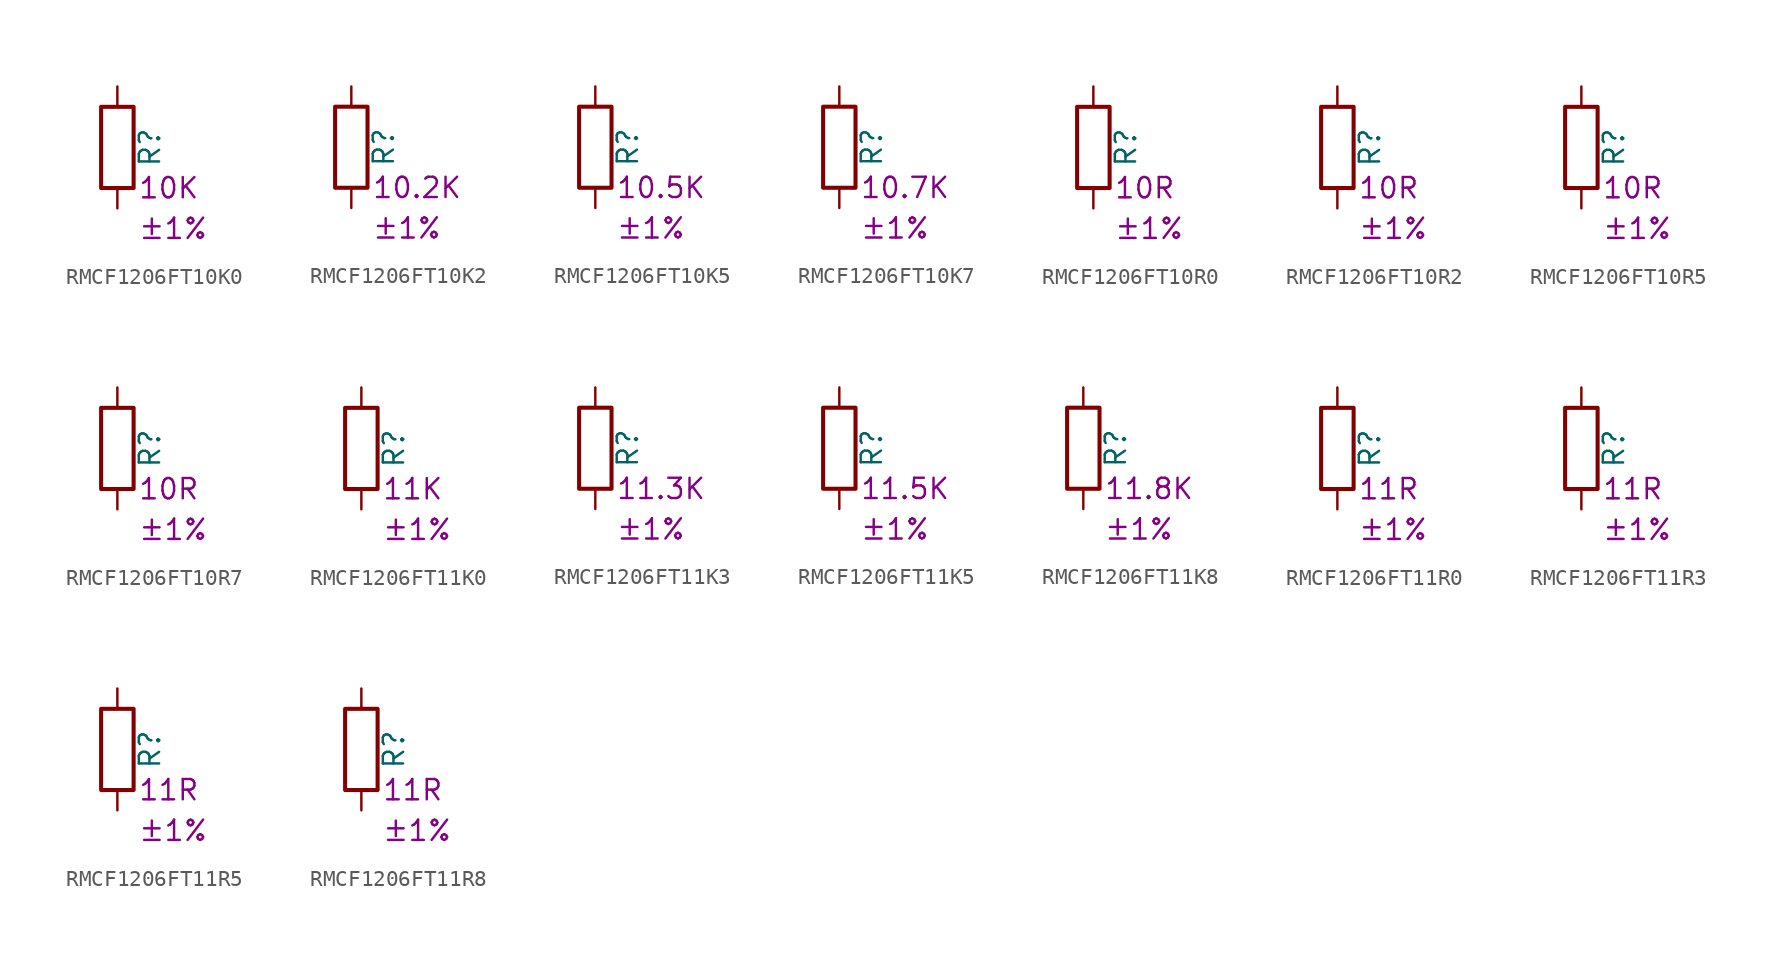
<source format=kicad_sym>
(kicad_symbol_lib
  (version 20220914)
  (generator kicad_symbol_editor)
  (symbol "RMCF1206FT10K0"
    (pin_numbers hide)
    (pin_names
      (offset 0))
    (property "Reference" "R"
      (at 2.032 0 90)
      (effects (font (size 1.27 1.27))))
    (property "Resistance" "10K"
      (at 1.27 -2.54 0)
      (effects (font (size 1.27 1.27)) (justify left)))
    (property "Tolerance" "±1%"
      (at 1.27 -5.08 0)
      (effects (font (size 1.27 1.27)) (justify left)))
    (symbol "RMCF1206FT10K0_0_1"
      (rectangle (start -1.016 -2.54) (end 1.016 2.54) (stroke (width 0.254) (type default)) (fill (type none))))
    (symbol "RMCF1206FT10K0_1_1"
      (pin passive line (at 0 3.81 270) (length 1.27) (name "~" (effects (font (size 1.27 1.27)))) (number "1" (effects (font (size 1.27 1.27)))))
      (pin passive line (at 0 -3.81 90) (length 1.27) (name "~" (effects (font (size 1.27 1.27)))) (number "2" (effects (font (size 1.27 1.27)))))))
  (symbol "RMCF1206FT10K2"
    (pin_numbers hide)
    (pin_names
      (offset 0))
    (property "Reference" "R"
      (at 2.032 0 90)
      (effects (font (size 1.27 1.27))))
    (property "Resistance" "10.2K"
      (at 1.27 -2.54 0)
      (effects (font (size 1.27 1.27)) (justify left)))
    (property "Tolerance" "±1%"
      (at 1.27 -5.08 0)
      (effects (font (size 1.27 1.27)) (justify left)))
    (symbol "RMCF1206FT10K2_0_1"
      (rectangle (start -1.016 -2.54) (end 1.016 2.54) (stroke (width 0.254) (type default)) (fill (type none))))
    (symbol "RMCF1206FT10K2_1_1"
      (pin passive line (at 0 3.81 270) (length 1.27) (name "~" (effects (font (size 1.27 1.27)))) (number "1" (effects (font (size 1.27 1.27)))))
      (pin passive line (at 0 -3.81 90) (length 1.27) (name "~" (effects (font (size 1.27 1.27)))) (number "2" (effects (font (size 1.27 1.27)))))))
  (symbol "RMCF1206FT10K5"
    (pin_numbers hide)
    (pin_names
      (offset 0))
    (property "Reference" "R"
      (at 2.032 0 90)
      (effects (font (size 1.27 1.27))))
    (property "Resistance" "10.5K"
      (at 1.27 -2.54 0)
      (effects (font (size 1.27 1.27)) (justify left)))
    (property "Tolerance" "±1%"
      (at 1.27 -5.08 0)
      (effects (font (size 1.27 1.27)) (justify left)))
    (symbol "RMCF1206FT10K5_0_1"
      (rectangle (start -1.016 -2.54) (end 1.016 2.54) (stroke (width 0.254) (type default)) (fill (type none))))
    (symbol "RMCF1206FT10K5_1_1"
      (pin passive line (at 0 3.81 270) (length 1.27) (name "~" (effects (font (size 1.27 1.27)))) (number "1" (effects (font (size 1.27 1.27)))))
      (pin passive line (at 0 -3.81 90) (length 1.27) (name "~" (effects (font (size 1.27 1.27)))) (number "2" (effects (font (size 1.27 1.27)))))))
  (symbol "RMCF1206FT10K7"
    (pin_numbers hide)
    (pin_names
      (offset 0))
    (property "Reference" "R"
      (at 2.032 0 90)
      (effects (font (size 1.27 1.27))))
    (property "Resistance" "10.7K"
      (at 1.27 -2.54 0)
      (effects (font (size 1.27 1.27)) (justify left)))
    (property "Tolerance" "±1%"
      (at 1.27 -5.08 0)
      (effects (font (size 1.27 1.27)) (justify left)))
    (symbol "RMCF1206FT10K7_0_1"
      (rectangle (start -1.016 -2.54) (end 1.016 2.54) (stroke (width 0.254) (type default)) (fill (type none))))
    (symbol "RMCF1206FT10K7_1_1"
      (pin passive line (at 0 3.81 270) (length 1.27) (name "~" (effects (font (size 1.27 1.27)))) (number "1" (effects (font (size 1.27 1.27)))))
      (pin passive line (at 0 -3.81 90) (length 1.27) (name "~" (effects (font (size 1.27 1.27)))) (number "2" (effects (font (size 1.27 1.27)))))))
  (symbol "RMCF1206FT10R0"
    (pin_numbers hide)
    (pin_names
      (offset 0))
    (property "Reference" "R"
      (at 2.032 0 90)
      (effects (font (size 1.27 1.27))))
    (property "Resistance" "10R"
      (at 1.27 -2.54 0)
      (effects (font (size 1.27 1.27)) (justify left)))
    (property "Tolerance" "±1%"
      (at 1.27 -5.08 0)
      (effects (font (size 1.27 1.27)) (justify left)))
    (symbol "RMCF1206FT10R0_0_1"
      (rectangle (start -1.016 -2.54) (end 1.016 2.54) (stroke (width 0.254) (type default)) (fill (type none))))
    (symbol "RMCF1206FT10R0_1_1"
      (pin passive line (at 0 3.81 270) (length 1.27) (name "~" (effects (font (size 1.27 1.27)))) (number "1" (effects (font (size 1.27 1.27)))))
      (pin passive line (at 0 -3.81 90) (length 1.27) (name "~" (effects (font (size 1.27 1.27)))) (number "2" (effects (font (size 1.27 1.27)))))))
  (symbol "RMCF1206FT10R2"
    (pin_numbers hide)
    (pin_names
      (offset 0))
    (property "Reference" "R"
      (at 2.032 0 90)
      (effects (font (size 1.27 1.27))))
    (property "Resistance" "10R"
      (at 1.27 -2.54 0)
      (effects (font (size 1.27 1.27)) (justify left)))
    (property "Tolerance" "±1%"
      (at 1.27 -5.08 0)
      (effects (font (size 1.27 1.27)) (justify left)))
    (symbol "RMCF1206FT10R2_0_1"
      (rectangle (start -1.016 -2.54) (end 1.016 2.54) (stroke (width 0.254) (type default)) (fill (type none))))
    (symbol "RMCF1206FT10R2_1_1"
      (pin passive line (at 0 3.81 270) (length 1.27) (name "~" (effects (font (size 1.27 1.27)))) (number "1" (effects (font (size 1.27 1.27)))))
      (pin passive line (at 0 -3.81 90) (length 1.27) (name "~" (effects (font (size 1.27 1.27)))) (number "2" (effects (font (size 1.27 1.27)))))))
  (symbol "RMCF1206FT10R5"
    (pin_numbers hide)
    (pin_names
      (offset 0))
    (property "Reference" "R"
      (at 2.032 0 90)
      (effects (font (size 1.27 1.27))))
    (property "Resistance" "10R"
      (at 1.27 -2.54 0)
      (effects (font (size 1.27 1.27)) (justify left)))
    (property "Tolerance" "±1%"
      (at 1.27 -5.08 0)
      (effects (font (size 1.27 1.27)) (justify left)))
    (symbol "RMCF1206FT10R5_0_1"
      (rectangle (start -1.016 -2.54) (end 1.016 2.54) (stroke (width 0.254) (type default)) (fill (type none))))
    (symbol "RMCF1206FT10R5_1_1"
      (pin passive line (at 0 3.81 270) (length 1.27) (name "~" (effects (font (size 1.27 1.27)))) (number "1" (effects (font (size 1.27 1.27)))))
      (pin passive line (at 0 -3.81 90) (length 1.27) (name "~" (effects (font (size 1.27 1.27)))) (number "2" (effects (font (size 1.27 1.27)))))))
  (symbol "RMCF1206FT10R7"
    (pin_numbers hide)
    (pin_names
      (offset 0))
    (property "Reference" "R"
      (at 2.032 0 90)
      (effects (font (size 1.27 1.27))))
    (property "Resistance" "10R"
      (at 1.27 -2.54 0)
      (effects (font (size 1.27 1.27)) (justify left)))
    (property "Tolerance" "±1%"
      (at 1.27 -5.08 0)
      (effects (font (size 1.27 1.27)) (justify left)))
    (symbol "RMCF1206FT10R7_0_1"
      (rectangle (start -1.016 -2.54) (end 1.016 2.54) (stroke (width 0.254) (type default)) (fill (type none))))
    (symbol "RMCF1206FT10R7_1_1"
      (pin passive line (at 0 3.81 270) (length 1.27) (name "~" (effects (font (size 1.27 1.27)))) (number "1" (effects (font (size 1.27 1.27)))))
      (pin passive line (at 0 -3.81 90) (length 1.27) (name "~" (effects (font (size 1.27 1.27)))) (number "2" (effects (font (size 1.27 1.27)))))))
  (symbol "RMCF1206FT11K0"
    (pin_numbers hide)
    (pin_names
      (offset 0))
    (property "Reference" "R"
      (at 2.032 0 90)
      (effects (font (size 1.27 1.27))))
    (property "Resistance" "11K"
      (at 1.27 -2.54 0)
      (effects (font (size 1.27 1.27)) (justify left)))
    (property "Tolerance" "±1%"
      (at 1.27 -5.08 0)
      (effects (font (size 1.27 1.27)) (justify left)))
    (symbol "RMCF1206FT11K0_0_1"
      (rectangle (start -1.016 -2.54) (end 1.016 2.54) (stroke (width 0.254) (type default)) (fill (type none))))
    (symbol "RMCF1206FT11K0_1_1"
      (pin passive line (at 0 3.81 270) (length 1.27) (name "~" (effects (font (size 1.27 1.27)))) (number "1" (effects (font (size 1.27 1.27)))))
      (pin passive line (at 0 -3.81 90) (length 1.27) (name "~" (effects (font (size 1.27 1.27)))) (number "2" (effects (font (size 1.27 1.27)))))))
  (symbol "RMCF1206FT11K3"
    (pin_numbers hide)
    (pin_names
      (offset 0))
    (property "Reference" "R"
      (at 2.032 0 90)
      (effects (font (size 1.27 1.27))))
    (property "Resistance" "11.3K"
      (at 1.27 -2.54 0)
      (effects (font (size 1.27 1.27)) (justify left)))
    (property "Tolerance" "±1%"
      (at 1.27 -5.08 0)
      (effects (font (size 1.27 1.27)) (justify left)))
    (symbol "RMCF1206FT11K3_0_1"
      (rectangle (start -1.016 -2.54) (end 1.016 2.54) (stroke (width 0.254) (type default)) (fill (type none))))
    (symbol "RMCF1206FT11K3_1_1"
      (pin passive line (at 0 3.81 270) (length 1.27) (name "~" (effects (font (size 1.27 1.27)))) (number "1" (effects (font (size 1.27 1.27)))))
      (pin passive line (at 0 -3.81 90) (length 1.27) (name "~" (effects (font (size 1.27 1.27)))) (number "2" (effects (font (size 1.27 1.27)))))))
  (symbol "RMCF1206FT11K5"
    (pin_numbers hide)
    (pin_names
      (offset 0))
    (property "Reference" "R"
      (at 2.032 0 90)
      (effects (font (size 1.27 1.27))))
    (property "Resistance" "11.5K"
      (at 1.27 -2.54 0)
      (effects (font (size 1.27 1.27)) (justify left)))
    (property "Tolerance" "±1%"
      (at 1.27 -5.08 0)
      (effects (font (size 1.27 1.27)) (justify left)))
    (symbol "RMCF1206FT11K5_0_1"
      (rectangle (start -1.016 -2.54) (end 1.016 2.54) (stroke (width 0.254) (type default)) (fill (type none))))
    (symbol "RMCF1206FT11K5_1_1"
      (pin passive line (at 0 3.81 270) (length 1.27) (name "~" (effects (font (size 1.27 1.27)))) (number "1" (effects (font (size 1.27 1.27)))))
      (pin passive line (at 0 -3.81 90) (length 1.27) (name "~" (effects (font (size 1.27 1.27)))) (number "2" (effects (font (size 1.27 1.27)))))))
  (symbol "RMCF1206FT11K8"
    (pin_numbers hide)
    (pin_names
      (offset 0))
    (property "Reference" "R"
      (at 2.032 0 90)
      (effects (font (size 1.27 1.27))))
    (property "Resistance" "11.8K"
      (at 1.27 -2.54 0)
      (effects (font (size 1.27 1.27)) (justify left)))
    (property "Tolerance" "±1%"
      (at 1.27 -5.08 0)
      (effects (font (size 1.27 1.27)) (justify left)))
    (symbol "RMCF1206FT11K8_0_1"
      (rectangle (start -1.016 -2.54) (end 1.016 2.54) (stroke (width 0.254) (type default)) (fill (type none))))
    (symbol "RMCF1206FT11K8_1_1"
      (pin passive line (at 0 3.81 270) (length 1.27) (name "~" (effects (font (size 1.27 1.27)))) (number "1" (effects (font (size 1.27 1.27)))))
      (pin passive line (at 0 -3.81 90) (length 1.27) (name "~" (effects (font (size 1.27 1.27)))) (number "2" (effects (font (size 1.27 1.27)))))))
  (symbol "RMCF1206FT11R0"
    (pin_numbers hide)
    (pin_names
      (offset 0))
    (property "Reference" "R"
      (at 2.032 0 90)
      (effects (font (size 1.27 1.27))))
    (property "Resistance" "11R"
      (at 1.27 -2.54 0)
      (effects (font (size 1.27 1.27)) (justify left)))
    (property "Tolerance" "±1%"
      (at 1.27 -5.08 0)
      (effects (font (size 1.27 1.27)) (justify left)))
    (symbol "RMCF1206FT11R0_0_1"
      (rectangle (start -1.016 -2.54) (end 1.016 2.54) (stroke (width 0.254) (type default)) (fill (type none))))
    (symbol "RMCF1206FT11R0_1_1"
      (pin passive line (at 0 3.81 270) (length 1.27) (name "~" (effects (font (size 1.27 1.27)))) (number "1" (effects (font (size 1.27 1.27)))))
      (pin passive line (at 0 -3.81 90) (length 1.27) (name "~" (effects (font (size 1.27 1.27)))) (number "2" (effects (font (size 1.27 1.27)))))))
  (symbol "RMCF1206FT11R3"
    (pin_numbers hide)
    (pin_names
      (offset 0))
    (property "Reference" "R"
      (at 2.032 0 90)
      (effects (font (size 1.27 1.27))))
    (property "Resistance" "11R"
      (at 1.27 -2.54 0)
      (effects (font (size 1.27 1.27)) (justify left)))
    (property "Tolerance" "±1%"
      (at 1.27 -5.08 0)
      (effects (font (size 1.27 1.27)) (justify left)))
    (symbol "RMCF1206FT11R3_0_1"
      (rectangle (start -1.016 -2.54) (end 1.016 2.54) (stroke (width 0.254) (type default)) (fill (type none))))
    (symbol "RMCF1206FT11R3_1_1"
      (pin passive line (at 0 3.81 270) (length 1.27) (name "~" (effects (font (size 1.27 1.27)))) (number "1" (effects (font (size 1.27 1.27)))))
      (pin passive line (at 0 -3.81 90) (length 1.27) (name "~" (effects (font (size 1.27 1.27)))) (number "2" (effects (font (size 1.27 1.27)))))))
  (symbol "RMCF1206FT11R5"
    (pin_numbers hide)
    (pin_names
      (offset 0))
    (property "Reference" "R"
      (at 2.032 0 90)
      (effects (font (size 1.27 1.27))))
    (property "Resistance" "11R"
      (at 1.27 -2.54 0)
      (effects (font (size 1.27 1.27)) (justify left)))
    (property "Tolerance" "±1%"
      (at 1.27 -5.08 0)
      (effects (font (size 1.27 1.27)) (justify left)))
    (symbol "RMCF1206FT11R5_0_1"
      (rectangle (start -1.016 -2.54) (end 1.016 2.54) (stroke (width 0.254) (type default)) (fill (type none))))
    (symbol "RMCF1206FT11R5_1_1"
      (pin passive line (at 0 3.81 270) (length 1.27) (name "~" (effects (font (size 1.27 1.27)))) (number "1" (effects (font (size 1.27 1.27)))))
      (pin passive line (at 0 -3.81 90) (length 1.27) (name "~" (effects (font (size 1.27 1.27)))) (number "2" (effects (font (size 1.27 1.27)))))))
  (symbol "RMCF1206FT11R8"
    (pin_numbers hide)
    (pin_names
      (offset 0))
    (property "Reference" "R"
      (at 2.032 0 90)
      (effects (font (size 1.27 1.27))))
    (property "Resistance" "11R"
      (at 1.27 -2.54 0)
      (effects (font (size 1.27 1.27)) (justify left)))
    (property "Tolerance" "±1%"
      (at 1.27 -5.08 0)
      (effects (font (size 1.27 1.27)) (justify left)))
    (symbol "RMCF1206FT11R8_0_1"
      (rectangle (start -1.016 -2.54) (end 1.016 2.54) (stroke (width 0.254) (type default)) (fill (type none))))
    (symbol "RMCF1206FT11R8_1_1"
      (pin passive line (at 0 3.81 270) (length 1.27) (name "~" (effects (font (size 1.27 1.27)))) (number "1" (effects (font (size 1.27 1.27)))))
      (pin passive line (at 0 -3.81 90) (length 1.27) (name "~" (effects (font (size 1.27 1.27)))) (number "2" (effects (font (size 1.27 1.27))))))))
</source>
